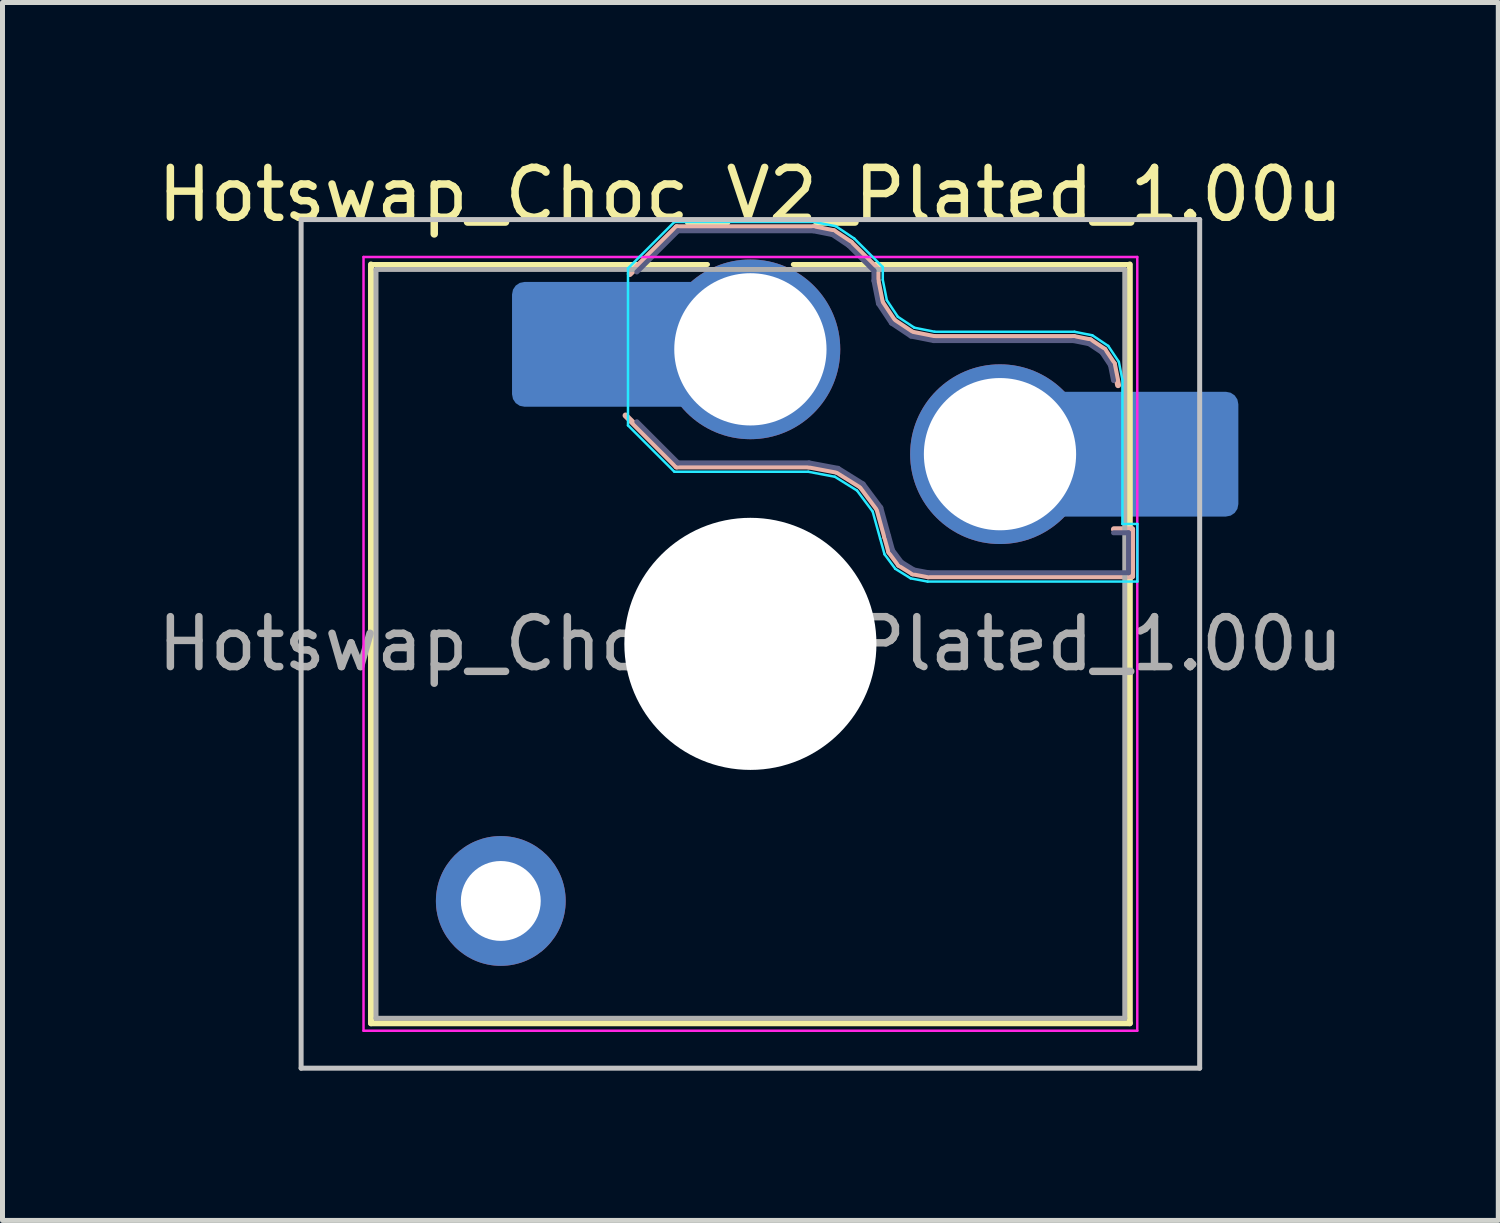
<source format=kicad_pcb>
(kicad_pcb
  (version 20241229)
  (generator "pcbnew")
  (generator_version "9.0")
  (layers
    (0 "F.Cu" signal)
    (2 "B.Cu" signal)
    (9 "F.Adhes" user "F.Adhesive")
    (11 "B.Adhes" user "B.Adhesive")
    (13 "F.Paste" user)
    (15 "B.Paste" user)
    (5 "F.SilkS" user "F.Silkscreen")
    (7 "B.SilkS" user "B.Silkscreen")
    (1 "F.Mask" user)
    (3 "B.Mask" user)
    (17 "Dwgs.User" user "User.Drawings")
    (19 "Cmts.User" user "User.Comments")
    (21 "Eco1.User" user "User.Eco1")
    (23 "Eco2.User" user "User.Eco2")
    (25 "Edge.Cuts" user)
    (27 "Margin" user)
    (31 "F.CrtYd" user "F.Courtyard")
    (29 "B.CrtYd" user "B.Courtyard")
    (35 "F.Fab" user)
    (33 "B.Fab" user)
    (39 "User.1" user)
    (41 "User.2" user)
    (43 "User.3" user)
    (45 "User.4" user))
  (footprint "Hotswap_Choc_V2_Plated_1.00u"
    (layer "F.Cu")
    (at 11.982 9.848)
    (property "Reference" "Hotswap_Choc_V2_Plated_1.00u" (at 0 -9 0) (layer "F.SilkS") (effects (font (size 1 1) (thickness 0.15))))
    (attr smd allow_soldermask_bridges)
    (fp_line (start -7.6 -7.6) (end -7.6 7.6) (stroke (width 0.12) (type solid)) (layer "F.SilkS"))
    (fp_line (start -7.6 -7.6) (end -0.86 -7.6) (stroke (width 0.1) (type default)) (layer "F.SilkS"))
    (fp_line (start -7.6 7.6) (end 7.6 7.6) (stroke (width 0.12) (type solid)) (layer "F.SilkS"))
    (fp_line (start 7.6 -7.6) (end 0.86 -7.6) (stroke (width 0.1) (type default)) (layer "F.SilkS"))
    (fp_line (start 7.6 7.6) (end 7.6 -7.6) (stroke (width 0.12) (type solid)) (layer "F.SilkS"))
    (fp_line (start -2.416 -7.409) (end -1.479 -8.346) (stroke (width 0.12) (type solid)) (layer "B.SilkS"))
    (fp_line (start -1.479 -8.346) (end 1.268 -8.346) (stroke (width 0.12) (type solid)) (layer "B.SilkS"))
    (fp_line (start -1.479 -3.554) (end -2.5 -4.575) (stroke (width 0.12) (type solid)) (layer "B.SilkS"))
    (fp_line (start 1.168 -3.554) (end -1.479 -3.554) (stroke (width 0.12) (type solid)) (layer "B.SilkS"))
    (fp_line (start 1.268 -8.346) (end 1.671 -8.266) (stroke (width 0.12) (type solid)) (layer "B.SilkS"))
    (fp_line (start 1.671 -8.266) (end 2.013 -8.037) (stroke (width 0.12) (type solid)) (layer "B.SilkS"))
    (fp_line (start 1.73 -3.449) (end 1.168 -3.554) (stroke (width 0.12) (type solid)) (layer "B.SilkS"))
    (fp_line (start 2.013 -8.037) (end 2.546 -7.504) (stroke (width 0.12) (type solid)) (layer "B.SilkS"))
    (fp_line (start 2.209 -3.15) (end 1.73 -3.449) (stroke (width 0.12) (type solid)) (layer "B.SilkS"))
    (fp_line (start 2.546 -7.504) (end 2.546 -7.282) (stroke (width 0.12) (type solid)) (layer "B.SilkS"))
    (fp_line (start 2.546 -7.282) (end 2.633 -6.844) (stroke (width 0.12) (type solid)) (layer "B.SilkS"))
    (fp_line (start 2.547 -2.697) (end 2.209 -3.15) (stroke (width 0.12) (type solid)) (layer "B.SilkS"))
    (fp_line (start 2.633 -6.844) (end 2.877 -6.477) (stroke (width 0.12) (type solid)) (layer "B.SilkS"))
    (fp_line (start 2.701 -2.139) (end 2.547 -2.697) (stroke (width 0.12) (type solid)) (layer "B.SilkS"))
    (fp_line (start 2.783 -1.841) (end 2.701 -2.139) (stroke (width 0.12) (type solid)) (layer "B.SilkS"))
    (fp_line (start 2.877 -6.477) (end 3.244 -6.233) (stroke (width 0.12) (type solid)) (layer "B.SilkS"))
    (fp_line (start 2.976 -1.583) (end 2.783 -1.841) (stroke (width 0.12) (type solid)) (layer "B.SilkS"))
    (fp_line (start 3.244 -6.233) (end 3.682 -6.146) (stroke (width 0.12) (type solid)) (layer "B.SilkS"))
    (fp_line (start 3.25 -1.413) (end 2.976 -1.583) (stroke (width 0.12) (type solid)) (layer "B.SilkS"))
    (fp_line (start 3.56 -1.354) (end 3.25 -1.413) (stroke (width 0.12) (type solid)) (layer "B.SilkS"))
    (fp_line (start 3.682 -6.146) (end 6.482 -6.146) (stroke (width 0.12) (type solid)) (layer "B.SilkS"))
    (fp_line (start 6.482 -6.146) (end 6.809 -6.081) (stroke (width 0.12) (type solid)) (layer "B.SilkS"))
    (fp_line (start 6.809 -6.081) (end 7.092 -5.892) (stroke (width 0.12) (type solid)) (layer "B.SilkS"))
    (fp_line (start 7.092 -5.892) (end 7.281 -5.609) (stroke (width 0.12) (type solid)) (layer "B.SilkS"))
    (fp_line (start 7.281 -5.609) (end 7.366 -5.182) (stroke (width 0.12) (type solid)) (layer "B.SilkS"))
    (fp_line (start 7.283 -2.296) (end 7.646 -2.296) (stroke (width 0.12) (type solid)) (layer "B.SilkS"))
    (fp_line (start 7.646 -2.296) (end 7.646 -1.354) (stroke (width 0.12) (type solid)) (layer "B.SilkS"))
    (fp_line (start 7.646 -1.354) (end 3.56 -1.354) (stroke (width 0.12) (type solid)) (layer "B.SilkS"))
    (fp_line (start -9 -8.5) (end -9 8.5) (stroke (width 0.1) (type solid)) (layer "Dwgs.User"))
    (fp_line (start -9 8.5) (end 9 8.5) (stroke (width 0.1) (type solid)) (layer "Dwgs.User"))
    (fp_line (start 9 -8.5) (end -9 -8.5) (stroke (width 0.1) (type solid)) (layer "Dwgs.User"))
    (fp_line (start 9 8.5) (end 9 -8.5) (stroke (width 0.1) (type solid)) (layer "Dwgs.User"))
    (fp_line (start -7.25 -7.25) (end -7.25 7.25) (stroke (width 0.1) (type solid)) (layer "Eco1.User"))
    (fp_line (start -7.25 7.25) (end 7.25 7.25) (stroke (width 0.1) (type solid)) (layer "Eco1.User"))
    (fp_line (start 7.25 -7.25) (end -7.25 -7.25) (stroke (width 0.1) (type solid)) (layer "Eco1.User"))
    (fp_line (start 7.25 7.25) (end 7.25 -7.25) (stroke (width 0.1) (type solid)) (layer "Eco1.User"))
    (fp_line (start -2.452 -7.523) (end -1.523 -8.452) (stroke (width 0.05) (type solid)) (layer "B.CrtYd"))
    (fp_line (start -2.452 -4.377) (end -2.452 -7.523) (stroke (width 0.05) (type solid)) (layer "B.CrtYd"))
    (fp_line (start -1.523 -8.452) (end 1.278 -8.452) (stroke (width 0.05) (type solid)) (layer "B.CrtYd"))
    (fp_line (start -1.523 -3.448) (end -2.452 -4.377) (stroke (width 0.05) (type solid)) (layer "B.CrtYd"))
    (fp_line (start 1.159 -3.448) (end -1.523 -3.448) (stroke (width 0.05) (type solid)) (layer "B.CrtYd"))
    (fp_line (start 1.278 -8.452) (end 1.712 -8.366) (stroke (width 0.05) (type solid)) (layer "B.CrtYd"))
    (fp_line (start 1.691 -3.348) (end 1.159 -3.448) (stroke (width 0.05) (type solid)) (layer "B.CrtYd"))
    (fp_line (start 1.712 -8.366) (end 2.081 -8.119) (stroke (width 0.05) (type solid)) (layer "B.CrtYd"))
    (fp_line (start 2.081 -8.119) (end 2.652 -7.548) (stroke (width 0.05) (type solid)) (layer "B.CrtYd"))
    (fp_line (start 2.136 -3.071) (end 1.691 -3.348) (stroke (width 0.05) (type solid)) (layer "B.CrtYd"))
    (fp_line (start 2.45 -2.65) (end 2.136 -3.071) (stroke (width 0.05) (type solid)) (layer "B.CrtYd"))
    (fp_line (start 2.599 -2.111) (end 2.45 -2.65) (stroke (width 0.05) (type solid)) (layer "B.CrtYd"))
    (fp_line (start 2.652 -7.548) (end 2.652 -7.292) (stroke (width 0.05) (type solid)) (layer "B.CrtYd"))
    (fp_line (start 2.652 -7.292) (end 2.733 -6.885) (stroke (width 0.05) (type solid)) (layer "B.CrtYd"))
    (fp_line (start 2.687 -1.794) (end 2.599 -2.111) (stroke (width 0.05) (type solid)) (layer "B.CrtYd"))
    (fp_line (start 2.733 -6.885) (end 2.953 -6.553) (stroke (width 0.05) (type solid)) (layer "B.CrtYd"))
    (fp_line (start 2.903 -1.503) (end 2.687 -1.794) (stroke (width 0.05) (type solid)) (layer "B.CrtYd"))
    (fp_line (start 2.953 -6.553) (end 3.285 -6.333) (stroke (width 0.05) (type solid)) (layer "B.CrtYd"))
    (fp_line (start 3.211 -1.312) (end 2.903 -1.503) (stroke (width 0.05) (type solid)) (layer "B.CrtYd"))
    (fp_line (start 3.285 -6.333) (end 3.692 -6.252) (stroke (width 0.05) (type solid)) (layer "B.CrtYd"))
    (fp_line (start 3.55 -1.248) (end 3.211 -1.312) (stroke (width 0.05) (type solid)) (layer "B.CrtYd"))
    (fp_line (start 3.692 -6.252) (end 6.492 -6.252) (stroke (width 0.05) (type solid)) (layer "B.CrtYd"))
    (fp_line (start 6.492 -6.252) (end 6.85 -6.181) (stroke (width 0.05) (type solid)) (layer "B.CrtYd"))
    (fp_line (start 6.85 -6.181) (end 7.168 -5.968) (stroke (width 0.05) (type solid)) (layer "B.CrtYd"))
    (fp_line (start 7.168 -5.968) (end 7.381 -5.65) (stroke (width 0.05) (type solid)) (layer "B.CrtYd"))
    (fp_line (start 7.381 -5.65) (end 7.452 -5.292) (stroke (width 0.05) (type solid)) (layer "B.CrtYd"))
    (fp_line (start 7.452 -5.292) (end 7.452 -2.402) (stroke (width 0.05) (type solid)) (layer "B.CrtYd"))
    (fp_line (start 7.452 -2.402) (end 7.752 -2.402) (stroke (width 0.05) (type solid)) (layer "B.CrtYd"))
    (fp_line (start 7.752 -2.402) (end 7.752 -1.248) (stroke (width 0.05) (type solid)) (layer "B.CrtYd"))
    (fp_line (start 7.752 -1.248) (end 3.55 -1.248) (stroke (width 0.05) (type solid)) (layer "B.CrtYd"))
    (fp_line (start -7.75 -7.75) (end -7.75 7.75) (stroke (width 0.05) (type solid)) (layer "F.CrtYd"))
    (fp_line (start -7.75 7.75) (end 7.75 7.75) (stroke (width 0.05) (type solid)) (layer "F.CrtYd"))
    (fp_line (start 7.75 -7.75) (end -7.75 -7.75) (stroke (width 0.05) (type solid)) (layer "F.CrtYd"))
    (fp_line (start 7.75 7.75) (end 7.75 -7.75) (stroke (width 0.05) (type solid)) (layer "F.CrtYd"))
    (fp_line (start -2.275 -7.45) (end -1.45 -8.275) (stroke (width 0.1) (type solid)) (layer "B.Fab"))
    (fp_line (start -1.45 -8.275) (end 1.261 -8.275) (stroke (width 0.1) (type solid)) (layer "B.Fab"))
    (fp_line (start -1.45 -3.625) (end -2.275 -4.45) (stroke (width 0.1) (type solid)) (layer "B.Fab"))
    (fp_line (start 1.175 -3.625) (end -1.45 -3.625) (stroke (width 0.1) (type solid)) (layer "B.Fab"))
    (fp_line (start 1.261 -8.275) (end 1.643 -8.199) (stroke (width 0.1) (type solid)) (layer "B.Fab"))
    (fp_line (start 1.643 -8.199) (end 1.968 -7.982) (stroke (width 0.1) (type solid)) (layer "B.Fab"))
    (fp_line (start 1.756 -3.516) (end 1.175 -3.625) (stroke (width 0.1) (type solid)) (layer "B.Fab"))
    (fp_line (start 1.968 -7.982) (end 2.475 -7.475) (stroke (width 0.1) (type solid)) (layer "B.Fab"))
    (fp_line (start 2.258 -3.203) (end 1.756 -3.516) (stroke (width 0.1) (type solid)) (layer "B.Fab"))
    (fp_line (start 2.475 -7.475) (end 2.475 -7.275) (stroke (width 0.1) (type solid)) (layer "B.Fab"))
    (fp_line (start 2.475 -7.275) (end 2.566 -6.816) (stroke (width 0.1) (type solid)) (layer "B.Fab"))
    (fp_line (start 2.566 -6.816) (end 2.826 -6.426) (stroke (width 0.1) (type solid)) (layer "B.Fab"))
    (fp_line (start 2.612 -2.729) (end 2.258 -3.203) (stroke (width 0.1) (type solid)) (layer "B.Fab"))
    (fp_line (start 2.769 -2.158) (end 2.612 -2.729) (stroke (width 0.1) (type solid)) (layer "B.Fab"))
    (fp_line (start 2.826 -6.426) (end 3.216 -6.166) (stroke (width 0.1) (type solid)) (layer "B.Fab"))
    (fp_line (start 2.848 -1.873) (end 2.769 -2.158) (stroke (width 0.1) (type solid)) (layer "B.Fab"))
    (fp_line (start 3.025 -1.636) (end 2.848 -1.873) (stroke (width 0.1) (type solid)) (layer "B.Fab"))
    (fp_line (start 3.216 -6.166) (end 3.675 -6.075) (stroke (width 0.1) (type solid)) (layer "B.Fab"))
    (fp_line (start 3.276 -1.48) (end 3.025 -1.636) (stroke (width 0.1) (type solid)) (layer "B.Fab"))
    (fp_line (start 3.567 -1.425) (end 3.276 -1.48) (stroke (width 0.1) (type solid)) (layer "B.Fab"))
    (fp_line (start 3.675 -6.075) (end 6.475 -6.075) (stroke (width 0.1) (type solid)) (layer "B.Fab"))
    (fp_line (start 6.475 -6.075) (end 6.781 -6.014) (stroke (width 0.1) (type solid)) (layer "B.Fab"))
    (fp_line (start 6.781 -6.014) (end 7.041 -5.841) (stroke (width 0.1) (type solid)) (layer "B.Fab"))
    (fp_line (start 7.041 -5.841) (end 7.214 -5.581) (stroke (width 0.1) (type solid)) (layer "B.Fab"))
    (fp_line (start 7.214 -5.581) (end 7.275 -5.275) (stroke (width 0.1) (type solid)) (layer "B.Fab"))
    (fp_line (start 7.275 -2.225) (end 7.575 -2.225) (stroke (width 0.1) (type solid)) (layer "B.Fab"))
    (fp_line (start 7.575 -2.225) (end 7.575 -1.425) (stroke (width 0.1) (type solid)) (layer "B.Fab"))
    (fp_line (start 7.575 -1.425) (end 3.567 -1.425) (stroke (width 0.1) (type solid)) (layer "B.Fab"))
    (fp_line (start -7.5 -7.5) (end -7.5 7.5) (stroke (width 0.1) (type solid)) (layer "F.Fab"))
    (fp_line (start -7.5 7.5) (end 7.5 7.5) (stroke (width 0.1) (type solid)) (layer "F.Fab"))
    (fp_line (start 7.5 -7.5) (end -7.5 -7.5) (stroke (width 0.1) (type solid)) (layer "F.Fab"))
    (fp_line (start 7.5 7.5) (end 7.5 -7.5) (stroke (width 0.1) (type solid)) (layer "F.Fab"))
    (fp_text user "${REFERENCE}" (at 0 0 0) (layer "F.Fab") (effects (font (size 1 1) (thickness 0.15))))
    (pad "" thru_hole circle (at -5 5.15) (size 2.6 2.6) (drill 1.6) (layers "*.Cu" "*.Mask"))
    (pad "" smd roundrect (at -3.5 -6) (size 2.55 2.5) (layers "B.Mask" "B.Paste") (roundrect_rratio 0.1))
    (pad "" np_thru_hole circle (at 0 0) (size 5.05 5.05) (drill 5.05) (layers "*.Cu" "*.Mask"))
    (pad "" smd roundrect (at 8.5 -3.8) (size 2.55 2.5) (layers "B.Mask" "B.Paste") (roundrect_rratio 0.1))
    (pad "1" smd roundrect (at -2.85 -6) (size 3.85 2.5) (layers "B.Cu") (roundrect_rratio 0.1))
    (pad "1" thru_hole circle (at 0 -5.9) (size 3.6 3.6) (drill 3.05) (layers "*.Cu" "*.Mask"))
    (pad "2" thru_hole circle (at 5 -3.8) (size 3.6 3.6) (drill 3.05) (layers "*.Cu" "*.Mask"))
    (pad "2" smd roundrect (at 7.85 -3.8) (size 3.85 2.5) (layers "B.Cu") (roundrect_rratio 0.1)))
  (gr_rect
    (start -3 -3)
    (end 26.964 21.398)
    (stroke (width 0.1) (type default))
    (fill no)
    (layer "Edge.Cuts")))
</source>
